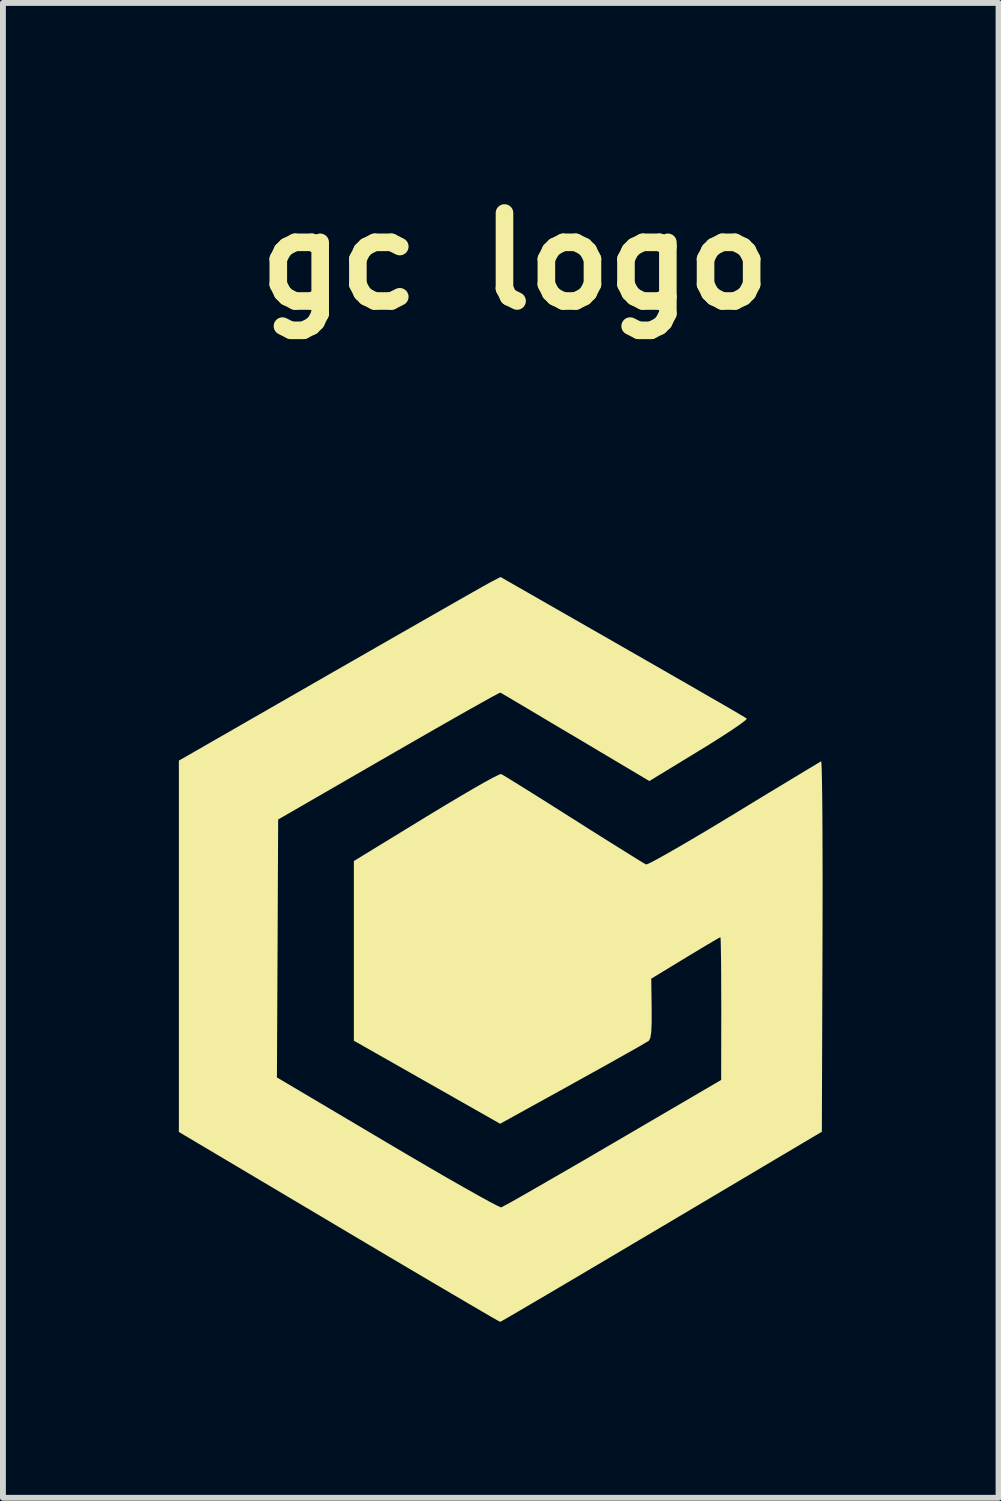
<source format=kicad_pcb>
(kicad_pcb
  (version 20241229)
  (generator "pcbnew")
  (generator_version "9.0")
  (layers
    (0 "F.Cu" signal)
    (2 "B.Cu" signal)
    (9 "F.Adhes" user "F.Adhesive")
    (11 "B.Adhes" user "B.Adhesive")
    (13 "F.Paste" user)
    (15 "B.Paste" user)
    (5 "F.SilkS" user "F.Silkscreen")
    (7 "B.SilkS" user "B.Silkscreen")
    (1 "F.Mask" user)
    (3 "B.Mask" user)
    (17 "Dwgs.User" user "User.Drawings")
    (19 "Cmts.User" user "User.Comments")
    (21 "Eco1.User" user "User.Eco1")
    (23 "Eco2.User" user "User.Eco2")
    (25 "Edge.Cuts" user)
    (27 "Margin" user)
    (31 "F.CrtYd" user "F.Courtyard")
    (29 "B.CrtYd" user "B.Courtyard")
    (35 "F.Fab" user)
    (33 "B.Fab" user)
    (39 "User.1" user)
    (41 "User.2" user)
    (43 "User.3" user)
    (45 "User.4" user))
  (footprint "gc logo"
    (layer "F.Cu")
    (at 5.731 1.404)
    (property "Reference" "gc logo" (at 0 0 0) (layer "F.SilkS") (effects (font (size 1.5 1.5) (thickness 0.3))))
    (attr board_only exclude_from_pos_files exclude_from_bom)
    (fp_poly (pts (xy 1.837 6.577) (xy 2.222 6.798) (xy 2.585 7.006) (xy 2.92 7.198) (xy 3.219 7.371) (xy 3.477 7.519) (xy 3.686 7.64) (xy 3.839 7.73) (xy 3.931 7.785) (xy 3.954 7.8) (xy 3.929 7.829) (xy 3.841 7.896) (xy 3.7 7.993) (xy 3.514 8.114) (xy 3.294 8.253) (xy 3.14 8.347) (xy 2.292 8.864) (xy 1.032 8.115) (xy 0.736 7.94) (xy 0.464 7.778) (xy 0.224 7.635) (xy 0.024 7.517) (xy -0.127 7.427) (xy -0.221 7.372) (xy -0.249 7.356) (xy -0.289 7.374) (xy -0.395 7.431) (xy -0.56 7.523) (xy -0.778 7.645) (xy -1.041 7.794) (xy -1.343 7.966) (xy -1.676 8.157) (xy -2.034 8.363) (xy -2.154 8.432) (xy -4.038 9.52) (xy -4.048 11.719) (xy -4.059 13.918) (xy -2.177 15.033) (xy -1.813 15.248) (xy -1.469 15.449) (xy -1.154 15.632) (xy -0.873 15.792) (xy -0.635 15.926) (xy -0.446 16.03) (xy -0.313 16.1) (xy -0.243 16.132) (xy -0.235 16.134) (xy -0.188 16.11) (xy -0.074 16.048) (xy 0.097 15.951) (xy 0.321 15.823) (xy 0.588 15.669) (xy 0.893 15.493) (xy 1.228 15.299) (xy 1.585 15.09) (xy 1.671 15.04) (xy 3.516 13.961) (xy 3.518 12.744) (xy 3.517 12.432) (xy 3.516 12.151) (xy 3.514 11.909) (xy 3.511 11.717) (xy 3.508 11.587) (xy 3.504 11.529) (xy 3.504 11.527) (xy 3.464 11.547) (xy 3.365 11.605) (xy 3.218 11.692) (xy 3.037 11.801) (xy 2.906 11.88) (xy 2.324 12.234) (xy 2.331 12.741) (xy 2.331 12.98) (xy 2.324 13.144) (xy 2.308 13.245) (xy 2.283 13.293) (xy 2.233 13.323) (xy 2.119 13.39) (xy 1.949 13.486) (xy 1.732 13.608) (xy 1.477 13.751) (xy 1.193 13.908) (xy 0.987 14.023) (xy -0.253 14.708) (xy -1.5 14) (xy -2.747 13.292) (xy -2.747 11.76) (xy -2.747 10.228) (xy -1.518 9.476) (xy -1.226 9.299) (xy -0.956 9.138) (xy -0.716 8.997) (xy -0.516 8.883) (xy -0.363 8.8) (xy -0.267 8.753) (xy -0.237 8.744) (xy -0.189 8.771) (xy -0.079 8.838) (xy 0.085 8.94) (xy 0.294 9.07) (xy 0.539 9.224) (xy 0.811 9.396) (xy 1.001 9.516) (xy 1.286 9.697) (xy 1.55 9.863) (xy 1.784 10.009) (xy 1.978 10.13) (xy 2.124 10.221) (xy 2.213 10.274) (xy 2.237 10.287) (xy 2.283 10.27) (xy 2.394 10.213) (xy 2.56 10.121) (xy 2.775 9.998) (xy 3.03 9.849) (xy 3.317 9.679) (xy 3.628 9.491) (xy 3.738 9.425) (xy 4.055 9.231) (xy 4.35 9.052) (xy 4.615 8.892) (xy 4.842 8.755) (xy 5.022 8.646) (xy 5.149 8.57) (xy 5.214 8.531) (xy 5.221 8.528) (xy 5.226 8.567) (xy 5.231 8.684) (xy 5.235 8.872) (xy 5.239 9.126) (xy 5.242 9.439) (xy 5.244 9.803) (xy 5.245 10.213) (xy 5.246 10.662) (xy 5.245 11.144) (xy 5.244 11.652) (xy 5.244 11.679) (xy 5.233 14.844) (xy 2.503 16.464) (xy 2.063 16.724) (xy 1.645 16.972) (xy 1.254 17.203) (xy 0.896 17.415) (xy 0.575 17.604) (xy 0.299 17.766) (xy 0.073 17.899) (xy -0.098 17.999) (xy -0.208 18.062) (xy -0.251 18.086) (xy -0.251 18.086) (xy -0.291 18.065) (xy -0.397 18.005) (xy -0.565 17.907) (xy -0.788 17.777) (xy -1.062 17.616) (xy -1.38 17.429) (xy -1.736 17.219) (xy -2.125 16.989) (xy -2.542 16.742) (xy -2.98 16.482) (xy -3.003 16.468) (xy -5.731 14.848) (xy -5.731 11.682) (xy -5.731 8.516) (xy -3.149 7.033) (xy -2.716 6.785) (xy -2.301 6.547) (xy -1.91 6.323) (xy -1.551 6.118) (xy -1.229 5.934) (xy -0.951 5.775) (xy -0.722 5.645) (xy -0.551 5.548) (xy -0.441 5.487) (xy -0.406 5.468) (xy -0.246 5.385)) (stroke (width 0) (type solid)) (fill yes) (layer "F.SilkS")))
  (gr_rect
    (start -3 -3)
    (end 13.977 22.49)
    (stroke (width 0.1) (type default))
    (fill no)
    (layer "Edge.Cuts")))
</source>
